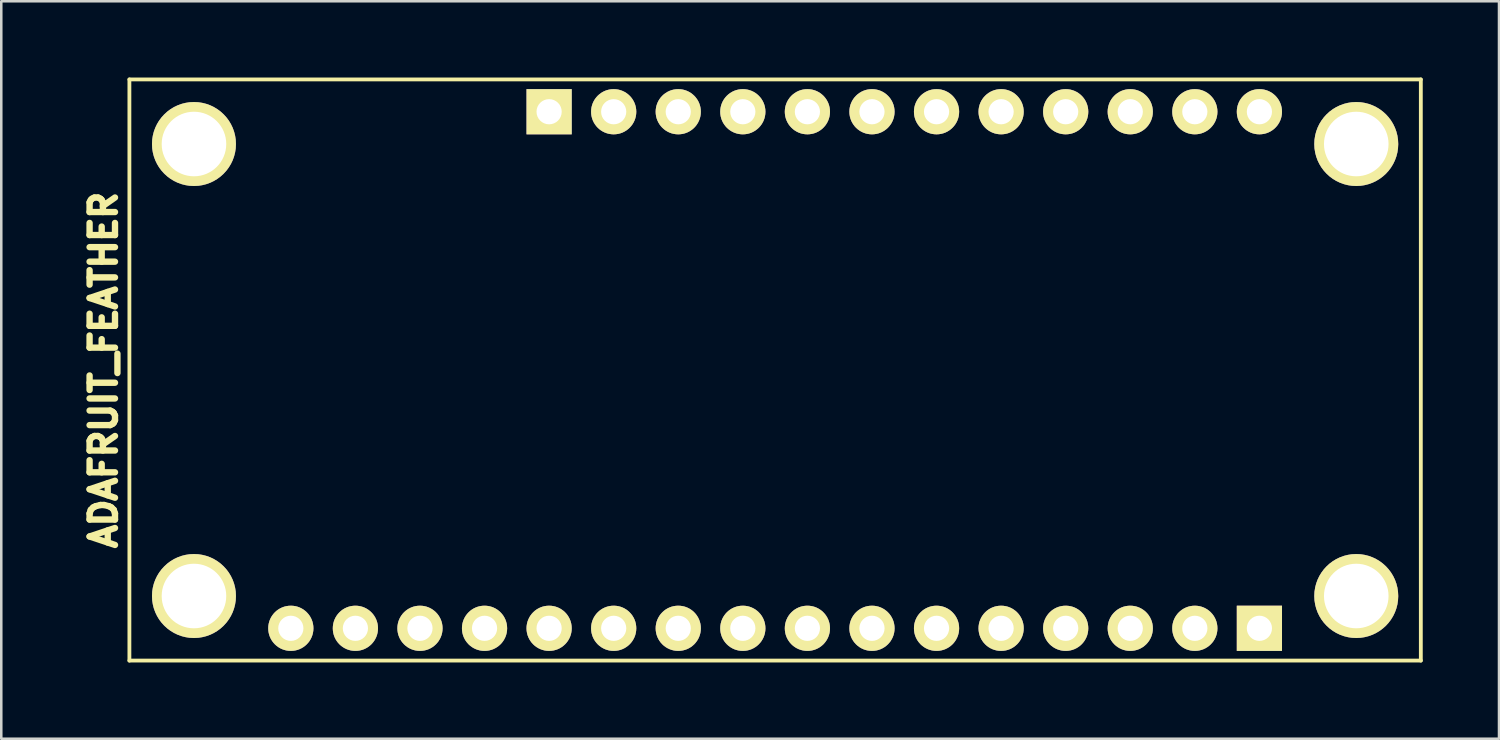
<source format=kicad_pcb>
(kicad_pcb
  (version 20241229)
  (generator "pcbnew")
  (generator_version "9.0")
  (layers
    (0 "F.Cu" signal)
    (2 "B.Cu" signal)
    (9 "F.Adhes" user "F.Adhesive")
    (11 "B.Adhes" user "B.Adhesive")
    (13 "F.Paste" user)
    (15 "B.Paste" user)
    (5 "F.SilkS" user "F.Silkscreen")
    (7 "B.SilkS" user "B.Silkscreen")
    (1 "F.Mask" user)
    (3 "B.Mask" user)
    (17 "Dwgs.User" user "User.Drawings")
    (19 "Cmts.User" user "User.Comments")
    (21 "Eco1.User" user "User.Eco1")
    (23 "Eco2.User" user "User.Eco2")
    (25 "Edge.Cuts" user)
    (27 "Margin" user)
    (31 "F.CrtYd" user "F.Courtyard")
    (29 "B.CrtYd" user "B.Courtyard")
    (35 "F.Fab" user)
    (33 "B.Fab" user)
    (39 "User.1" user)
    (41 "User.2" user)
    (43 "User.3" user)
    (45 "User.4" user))
  (footprint "ADAFRUIT_FEATHER"
    (layer "F.Cu")
    (at 27.44 11.505)
    (property "Reference" "ADAFRUIT_FEATHER" (at -26.416 0 90) (layer "F.SilkS") (effects (font (size 1 1) (thickness 0.25))))
    (attr through_hole)
    (fp_line (start -25.4 -11.43) (end -25.4 11.43) (stroke (width 0.15) (type solid)) (layer "F.SilkS"))
    (fp_line (start -25.4 11.43) (end 25.4 11.43) (stroke (width 0.15) (type solid)) (layer "F.SilkS"))
    (fp_line (start 25.4 -11.43) (end -25.4 -11.43) (stroke (width 0.15) (type solid)) (layer "F.SilkS"))
    (fp_line (start 25.4 11.43) (end 25.4 -11.43) (stroke (width 0.15) (type solid)) (layer "F.SilkS"))
    (pad "" thru_hole circle (at -22.86 -8.89) (size 3.302 3.302) (drill 2.54) (layers "*.Cu" "*.Mask" "F.SilkS"))
    (pad "" thru_hole circle (at -22.86 8.89) (size 3.302 3.302) (drill 2.54) (layers "*.Cu" "*.Mask" "F.SilkS"))
    (pad "" thru_hole circle (at 22.86 -8.89) (size 3.302 3.302) (drill 2.54) (layers "*.Cu" "*.Mask" "F.SilkS"))
    (pad "" thru_hole circle (at 22.86 8.89) (size 3.302 3.302) (drill 2.54) (layers "*.Cu" "*.Mask" "F.SilkS"))
    (pad "1" thru_hole circle (at -19.05 10.16) (size 1.778 1.778) (drill 0.991) (layers "*.Cu" "*.Mask" "F.SilkS"))
    (pad "2" thru_hole circle (at -16.51 10.16) (size 1.778 1.778) (drill 0.991) (layers "*.Cu" "*.Mask" "F.SilkS"))
    (pad "3" thru_hole circle (at -13.97 10.16) (size 1.778 1.778) (drill 0.991) (layers "*.Cu" "*.Mask" "F.SilkS"))
    (pad "4" thru_hole circle (at -11.43 10.16) (size 1.778 1.778) (drill 0.991) (layers "*.Cu" "*.Mask" "F.SilkS"))
    (pad "5" thru_hole circle (at -8.89 10.16) (size 1.778 1.778) (drill 0.991) (layers "*.Cu" "*.Mask" "F.SilkS"))
    (pad "6" thru_hole circle (at -6.35 10.16) (size 1.778 1.778) (drill 0.991) (layers "*.Cu" "*.Mask" "F.SilkS"))
    (pad "7" thru_hole circle (at -3.81 10.16) (size 1.778 1.778) (drill 0.991) (layers "*.Cu" "*.Mask" "F.SilkS"))
    (pad "8" thru_hole circle (at -1.27 10.16) (size 1.778 1.778) (drill 0.991) (layers "*.Cu" "*.Mask" "F.SilkS"))
    (pad "9" thru_hole circle (at 1.27 10.16) (size 1.778 1.778) (drill 0.991) (layers "*.Cu" "*.Mask" "F.SilkS"))
    (pad "10" thru_hole circle (at 3.81 10.16) (size 1.778 1.778) (drill 0.991) (layers "*.Cu" "*.Mask" "F.SilkS"))
    (pad "11" thru_hole circle (at 6.35 10.16) (size 1.778 1.778) (drill 0.991) (layers "*.Cu" "*.Mask" "F.SilkS"))
    (pad "12" thru_hole circle (at 8.89 10.16) (size 1.778 1.778) (drill 0.991) (layers "*.Cu" "*.Mask" "F.SilkS"))
    (pad "13" thru_hole circle (at 11.43 10.16) (size 1.778 1.778) (drill 0.991) (layers "*.Cu" "*.Mask" "F.SilkS"))
    (pad "14" thru_hole circle (at 13.97 10.16) (size 1.778 1.778) (drill 0.991) (layers "*.Cu" "*.Mask" "F.SilkS"))
    (pad "15" thru_hole circle (at 16.51 10.16) (size 1.778 1.778) (drill 0.991) (layers "*.Cu" "*.Mask" "F.SilkS"))
    (pad "16" thru_hole rect (at 19.05 10.16) (size 1.778 1.778) (drill 0.991) (layers "*.Cu" "*.Mask" "F.SilkS"))
    (pad "17" thru_hole circle (at 19.05 -10.16) (size 1.778 1.778) (drill 0.991) (layers "*.Cu" "*.Mask" "F.SilkS"))
    (pad "18" thru_hole circle (at 16.51 -10.16) (size 1.778 1.778) (drill 0.991) (layers "*.Cu" "*.Mask" "F.SilkS"))
    (pad "19" thru_hole circle (at 13.97 -10.16) (size 1.778 1.778) (drill 0.991) (layers "*.Cu" "*.Mask" "F.SilkS"))
    (pad "20" thru_hole circle (at 11.43 -10.16) (size 1.778 1.778) (drill 0.991) (layers "*.Cu" "*.Mask" "F.SilkS"))
    (pad "21" thru_hole circle (at 8.89 -10.16) (size 1.778 1.778) (drill 0.991) (layers "*.Cu" "*.Mask" "F.SilkS"))
    (pad "22" thru_hole circle (at 6.35 -10.16) (size 1.778 1.778) (drill 0.991) (layers "*.Cu" "*.Mask" "F.SilkS"))
    (pad "23" thru_hole circle (at 3.81 -10.16) (size 1.778 1.778) (drill 0.991) (layers "*.Cu" "*.Mask" "F.SilkS"))
    (pad "24" thru_hole circle (at 1.27 -10.16) (size 1.778 1.778) (drill 0.991) (layers "*.Cu" "*.Mask" "F.SilkS"))
    (pad "25" thru_hole circle (at -1.27 -10.16) (size 1.778 1.778) (drill 0.991) (layers "*.Cu" "*.Mask" "F.SilkS"))
    (pad "26" thru_hole circle (at -3.81 -10.16) (size 1.778 1.778) (drill 0.991) (layers "*.Cu" "*.Mask" "F.SilkS"))
    (pad "27" thru_hole circle (at -6.35 -10.16) (size 1.778 1.778) (drill 0.991) (layers "*.Cu" "*.Mask" "F.SilkS"))
    (pad "28" thru_hole rect (at -8.89 -10.16) (size 1.778 1.778) (drill 0.991) (layers "*.Cu" "*.Mask" "F.SilkS")))
  (gr_rect
    (start -3 -3)
    (end 55.915 26.01)
    (stroke (width 0.1) (type default))
    (fill no)
    (layer "Edge.Cuts")))
</source>
